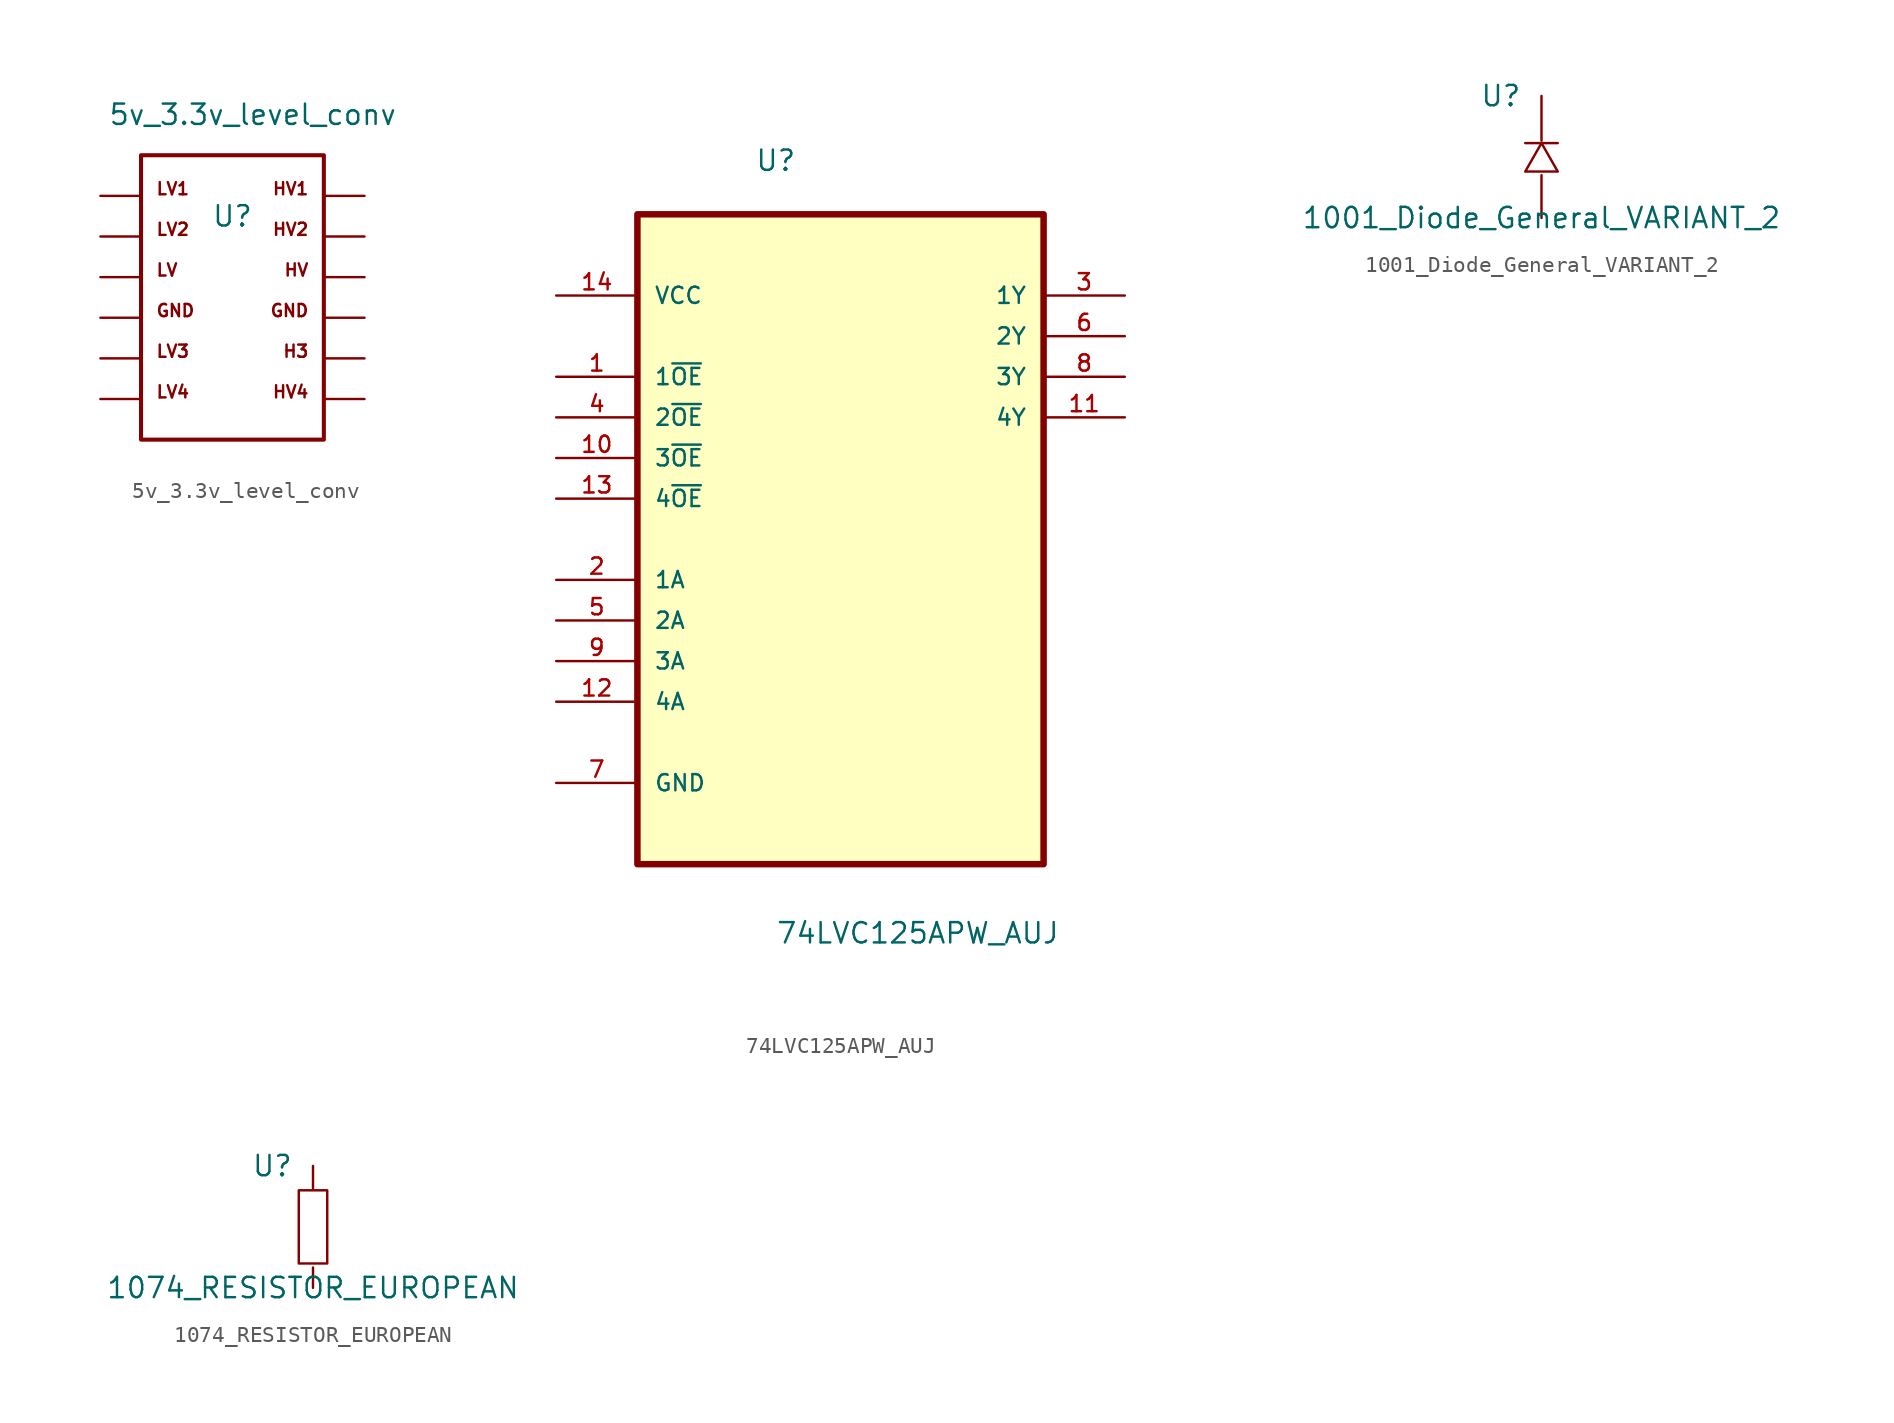
<source format=kicad_sym>
(kicad_symbol_lib
  (version 20211014)
  (generator kicad_symbol_editor)
  (symbol "5v_3.3v_level_conv"
    (pin_numbers hide)
    (pin_names
      (offset 1.016) hide)
    (property "Reference" "U"
      (at 0 5.08 0)
      (effects (font (size 1.27 1.27))))
    (property "Value" "5v_3.3v_level_conv"
      (at 1.27 11.43 0)
      (effects (font (size 1.27 1.27))))
    (symbol "5v_3.3v_level_conv_0_0"
      (text " " (at -4.826 -6.35 0) (effects (font (size 0.762 0.762)) (justify left bottom)))
      (text " " (at -4.826 -3.81 0) (effects (font (size 0.762 0.762)) (justify left bottom)))
      (text " " (at -4.826 -1.27 0) (effects (font (size 0.762 0.762)) (justify left bottom)))
      (text " " (at -4.826 1.27 0) (effects (font (size 0.762 0.762)) (justify left bottom)))
      (text " " (at -4.826 3.81 0) (effects (font (size 0.762 0.762)) (justify left bottom)))
      (text " " (at -4.826 6.35 0) (effects (font (size 0.762 0.762)) (justify left bottom)))
      (text " " (at 4.826 -6.35 0) (effects (font (size 0.762 0.762)) (justify left bottom)))
      (text " " (at 4.826 -3.81 0) (effects (font (size 0.762 0.762)) (justify left bottom)))
      (text " " (at 4.826 -1.27 0) (effects (font (size 0.762 0.762)) (justify left bottom)))
      (text " " (at 4.826 1.27 0) (effects (font (size 0.762 0.762)) (justify left bottom)))
      (text " " (at 4.826 3.81 0) (effects (font (size 0.762 0.762)) (justify left bottom)))
      (text " " (at 4.826 6.35 0) (effects (font (size 0.762 0.762)) (justify left bottom)))
      (text "GND" (at -4.826 -1.27 0) (effects (font (size 0.762 0.762)) (justify left bottom)))
      (text "GND" (at 4.826 -1.27 0) (effects (font (size 0.762 0.762)) (justify right bottom)))
      (text "H3" (at 4.826 -3.81 0) (effects (font (size 0.762 0.762)) (justify right bottom)))
      (text "HV" (at 4.826 1.27 0) (effects (font (size 0.762 0.762)) (justify right bottom)))
      (text "HV1" (at 4.826 6.35 0) (effects (font (size 0.762 0.762)) (justify right bottom)))
      (text "HV2" (at 4.826 3.81 0) (effects (font (size 0.762 0.762)) (justify right bottom)))
      (text "HV4" (at 4.826 -6.35 0) (effects (font (size 0.762 0.762)) (justify right bottom)))
      (text "LV" (at -4.826 1.27 0) (effects (font (size 0.762 0.762)) (justify left bottom)))
      (text "LV1" (at -4.826 6.35 0) (effects (font (size 0.762 0.762)) (justify left bottom)))
      (text "LV2" (at -4.826 3.81 0) (effects (font (size 0.762 0.762)) (justify left bottom)))
      (text "LV3" (at -4.826 -3.81 0) (effects (font (size 0.762 0.762)) (justify left bottom)))
      (text "LV4" (at -4.826 -6.35 0) (effects (font (size 0.762 0.762)) (justify left bottom))))
    (symbol "5v_3.3v_level_conv_0_1"
      (rectangle (start -5.715 -8.89) (end 5.715 8.89) (stroke (width 0.254) (type default) (color 0 0 0 0)) (fill (type none))))
    (symbol "5v_3.3v_level_conv_1_1"
      (pin passive line (at -8.255 6.35 0) (length 2.54) (name "LV1" (effects (font (size 1.016 1.016)))) (number "1" (effects (font (size 1.016 1.016)))))
      (pin passive line (at 8.255 3.81 180) (length 2.54) (name "HV2" (effects (font (size 1.016 1.016)))) (number "10" (effects (font (size 1.016 1.016)))))
      (pin passive line (at 8.255 1.27 180) (length 2.54) (name "HV" (effects (font (size 1.016 1.016)))) (number "11" (effects (font (size 1.016 1.016)))))
      (pin passive line (at 8.255 -1.27 180) (length 2.54) (name "GND" (effects (font (size 1.016 1.016)))) (number "12" (effects (font (size 1.016 1.016)))))
      (pin passive line (at -8.255 3.81 0) (length 2.54) (name "LV2" (effects (font (size 1.016 1.016)))) (number "2" (effects (font (size 1.016 1.016)))))
      (pin passive line (at -8.255 1.27 0) (length 2.54) (name "LV" (effects (font (size 1.016 1.016)))) (number "3" (effects (font (size 1.016 1.016)))))
      (pin passive line (at -8.255 -1.27 0) (length 2.54) (name "GND" (effects (font (size 1.016 1.016)))) (number "4" (effects (font (size 1.016 1.016)))))
      (pin passive line (at -8.255 -3.81 0) (length 2.54) (name "LV3" (effects (font (size 1.016 1.016)))) (number "5" (effects (font (size 1.016 1.016)))))
      (pin passive line (at -8.255 -6.35 0) (length 2.54) (name "LV4" (effects (font (size 1.016 1.016)))) (number "6" (effects (font (size 1.016 1.016)))))
      (pin passive line (at 8.255 -6.35 180) (length 2.54) (name "HV4" (effects (font (size 1.016 1.016)))) (number "7" (effects (font (size 1.016 1.016)))))
      (pin passive line (at 8.255 -3.81 180) (length 2.54) (name "H3" (effects (font (size 1.016 1.016)))) (number "8" (effects (font (size 1.016 1.016)))))
      (pin passive line (at 8.255 6.35 180) (length 2.54) (name "HV1" (effects (font (size 1.016 1.016)))) (number "9" (effects (font (size 1.016 1.016)))))))
  (symbol "74LVC125APW_AUJ"
    (pin_names
      (offset 1.016))
    (property "Reference" "U"
      (at -5.359 20.396 0)
      (effects (font (size 1.27 1.27)) (justify left bottom)))
    (property "Value" "74LVC125APW_AUJ"
      (at -4.064 -27.915 0)
      (effects (font (size 1.27 1.27)) (justify left bottom)))
    (property "ki_locked" ""
      (at 0 0 0)
      (effects (font (size 1.27 1.27))))
    (symbol "74LVC125APW_AUJ_0_0"
      (rectangle (start -12.7 -22.86) (end 12.7 17.78) (stroke (width 0.406) (type default) (color 0 0 0 0)) (fill (type background)))
      (pin input line (at -17.78 7.62 0) (length 5.08) (name "1~{OE}" (effects (font (size 1.016 1.016)))) (number "1" (effects (font (size 1.016 1.016)))))
      (pin input line (at -17.78 2.54 0) (length 5.08) (name "3~{OE}" (effects (font (size 1.016 1.016)))) (number "10" (effects (font (size 1.016 1.016)))))
      (pin output line (at 17.78 5.08 180) (length 5.08) (name "4Y" (effects (font (size 1.016 1.016)))) (number "11" (effects (font (size 1.016 1.016)))))
      (pin input line (at -17.78 -12.7 0) (length 5.08) (name "4A" (effects (font (size 1.016 1.016)))) (number "12" (effects (font (size 1.016 1.016)))))
      (pin input line (at -17.78 0 0) (length 5.08) (name "4~{OE}" (effects (font (size 1.016 1.016)))) (number "13" (effects (font (size 1.016 1.016)))))
      (pin power_in line (at -17.78 12.7 0) (length 5.08) (name "VCC" (effects (font (size 1.016 1.016)))) (number "14" (effects (font (size 1.016 1.016)))))
      (pin input line (at -17.78 -5.08 0) (length 5.08) (name "1A" (effects (font (size 1.016 1.016)))) (number "2" (effects (font (size 1.016 1.016)))))
      (pin output line (at 17.78 12.7 180) (length 5.08) (name "1Y" (effects (font (size 1.016 1.016)))) (number "3" (effects (font (size 1.016 1.016)))))
      (pin input line (at -17.78 5.08 0) (length 5.08) (name "2~{OE}" (effects (font (size 1.016 1.016)))) (number "4" (effects (font (size 1.016 1.016)))))
      (pin input line (at -17.78 -7.62 0) (length 5.08) (name "2A" (effects (font (size 1.016 1.016)))) (number "5" (effects (font (size 1.016 1.016)))))
      (pin output line (at 17.78 10.16 180) (length 5.08) (name "2Y" (effects (font (size 1.016 1.016)))) (number "6" (effects (font (size 1.016 1.016)))))
      (pin input line (at -17.78 -17.78 0) (length 5.08) (name "GND" (effects (font (size 1.016 1.016)))) (number "7" (effects (font (size 1.016 1.016)))))
      (pin output line (at 17.78 7.62 180) (length 5.08) (name "3Y" (effects (font (size 1.016 1.016)))) (number "8" (effects (font (size 1.016 1.016)))))
      (pin input line (at -17.78 -10.16 0) (length 5.08) (name "3A" (effects (font (size 1.016 1.016)))) (number "9" (effects (font (size 1.016 1.016)))))))
  (symbol "1001_Diode_General_VARIANT_2"
    (pin_numbers hide)
    (pin_names
      (offset 1.016) hide)
    (property "Reference" "U"
      (at -2.54 3.81 0)
      (effects (font (size 1.27 1.27))))
    (property "Value" "1001_Diode_General_VARIANT_2"
      (at 0 -3.81 0)
      (effects (font (size 1.27 1.27))))
    (symbol "1001_Diode_General_VARIANT_2_0_1"
      (polyline (pts (xy -1.016 0.864) (xy 1.016 0.864)) (stroke (width 0) (type default) (color 0 0 0 0)) (fill (type none)))
      (polyline (pts (xy -1.016 -0.914) (xy 1.016 -0.914) (xy 1.016 -0.914) (xy 0 0.864) (xy 0 0.864) (xy -1.016 -0.914)) (stroke (width 0) (type default) (color 0 0 0 0)) (fill (type none))))
    (symbol "1001_Diode_General_VARIANT_2_1_1"
      (pin passive line (at 0 -3.81 90) (length 2.667) (name "~" (effects (font (size 1.016 1.016)))) (number "~" (effects (font (size 1.016 1.016)))))
      (pin passive line (at 0 3.81 270) (length 2.794) (name "~" (effects (font (size 1.016 1.016)))) (number "~" (effects (font (size 1.016 1.016)))))))
  (symbol "1074_RESISTOR_EUROPEAN"
    (pin_numbers hide)
    (pin_names
      (offset 1.016) hide)
    (property "Reference" "U"
      (at -2.54 3.81 0)
      (effects (font (size 1.27 1.27))))
    (property "Value" "1074_RESISTOR_EUROPEAN"
      (at 0 -3.81 0)
      (effects (font (size 1.27 1.27))))
    (symbol "1074_RESISTOR_EUROPEAN_0_1"
      (polyline (pts (xy -0.889 2.286) (xy -0.864 2.286) (xy -0.838 2.286) (xy -0.813 2.286) (xy -0.787 2.286) (xy -0.762 2.286) (xy -0.737 2.286) (xy -0.711 2.286) (xy -0.686 2.286) (xy -0.66 2.286) (xy -0.635 2.286) (xy -0.61 2.286) (xy -0.584 2.286) (xy -0.559 2.286) (xy -0.533 2.286) (xy -0.508 2.286) (xy -0.483 2.286) (xy -0.457 2.286) (xy -0.432 2.286) (xy -0.406 2.286) (xy -0.381 2.286) (xy -0.356 2.286) (xy -0.33 2.286) (xy -0.305 2.286) (xy -0.279 2.286) (xy -0.254 2.286) (xy -0.229 2.286) (xy -0.203 2.286) (xy -0.178 2.286) (xy -0.152 2.286) (xy -0.127 2.286) (xy -0.102 2.286) (xy -0.076 2.286) (xy -0.051 2.286) (xy -0.025 2.286) (xy 0 2.286) (xy 0.025 2.286) (xy 0.051 2.286) (xy 0.076 2.286) (xy 0.102 2.286) (xy 0.127 2.286) (xy 0.152 2.286) (xy 0.178 2.286) (xy 0.203 2.286) (xy 0.229 2.286) (xy 0.254 2.286) (xy 0.279 2.286) (xy 0.305 2.286) (xy 0.33 2.286) (xy 0.356 2.286) (xy 0.381 2.286) (xy 0.406 2.286) (xy 0.432 2.286) (xy 0.457 2.286) (xy 0.483 2.286) (xy 0.508 2.286) (xy 0.533 2.286) (xy 0.559 2.286) (xy 0.584 2.286) (xy 0.61 2.286) (xy 0.635 2.286) (xy 0.66 2.286) (xy 0.686 2.286) (xy 0.711 2.286) (xy 0.737 2.286) (xy 0.762 2.286) (xy 0.787 2.286) (xy 0.813 2.286) (xy 0.838 2.286) (xy 0.864 2.286) (xy 0.889 2.286) (xy 0.889 2.286) (xy 0.889 -2.286) (xy 0.889 -2.286) (xy -0.889 -2.286) (xy -0.889 -2.286) (xy -0.889 2.286)) (stroke (width 0) (type default) (color 0 0 0 0)) (fill (type none))))
    (symbol "1074_RESISTOR_EUROPEAN_1_1"
      (pin passive line (at 0 -3.81 90) (length 1.27) (name "~" (effects (font (size 1.016 1.016)))) (number "~" (effects (font (size 1.016 1.016)))))
      (pin passive line (at 0 3.81 270) (length 1.397) (name "~" (effects (font (size 1.016 1.016)))) (number "~" (effects (font (size 1.016 1.016))))))))
</source>
